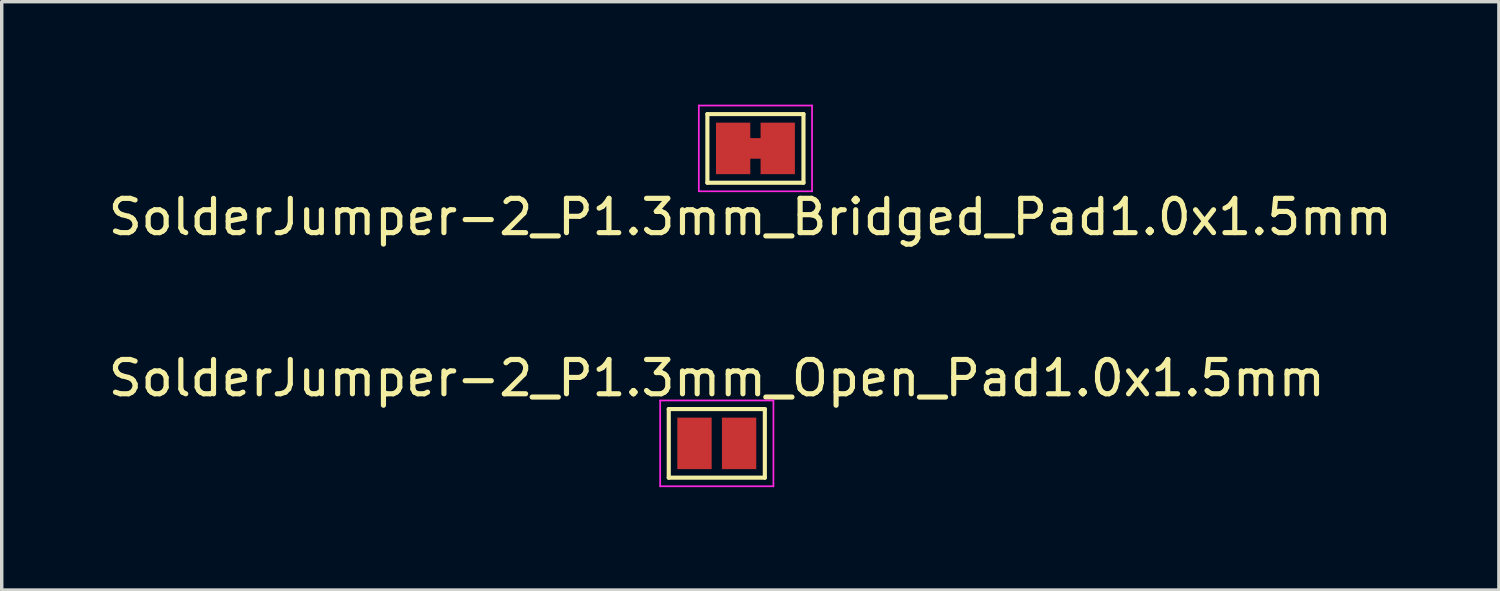
<source format=kicad_pcb>
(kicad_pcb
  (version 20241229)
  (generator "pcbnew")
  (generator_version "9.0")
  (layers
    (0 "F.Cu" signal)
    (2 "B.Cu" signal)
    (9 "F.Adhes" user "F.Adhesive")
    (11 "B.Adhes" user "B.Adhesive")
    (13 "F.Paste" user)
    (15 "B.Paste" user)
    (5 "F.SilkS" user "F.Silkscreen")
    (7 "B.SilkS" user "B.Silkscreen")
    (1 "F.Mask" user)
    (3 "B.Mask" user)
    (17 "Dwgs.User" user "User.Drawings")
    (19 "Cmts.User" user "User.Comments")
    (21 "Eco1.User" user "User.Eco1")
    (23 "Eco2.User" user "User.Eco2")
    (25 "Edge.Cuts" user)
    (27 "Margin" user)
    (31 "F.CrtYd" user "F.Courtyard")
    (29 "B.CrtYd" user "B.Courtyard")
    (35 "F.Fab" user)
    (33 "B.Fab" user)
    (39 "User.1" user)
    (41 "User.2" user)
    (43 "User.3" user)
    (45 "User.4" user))
  (footprint "SolderJumper-2_P1.3mm_Bridged_Pad1.0x1.5mm"
    (layer "F.Cu")
    (at 18.965 1.275)
    (property "Reference" "SolderJumper-2_P1.3mm_Bridged_Pad1.0x1.5mm" (at -0.15 2 0) (layer "F.SilkS") (effects (font (size 1 1) (thickness 0.15))))
    (attr exclude_from_pos_files)
    (fp_poly (pts (xy -0.25 -0.3) (xy 0.25 -0.3) (xy 0.25 0.3) (xy -0.25 0.3)) (stroke (width 0) (type solid)) (fill yes) (layer "F.Cu"))
    (fp_line (start -1.4 -1) (end 1.4 -1) (stroke (width 0.12) (type solid)) (layer "F.SilkS"))
    (fp_line (start -1.4 1) (end -1.4 -1) (stroke (width 0.12) (type solid)) (layer "F.SilkS"))
    (fp_line (start 1.4 -1) (end 1.4 1) (stroke (width 0.12) (type solid)) (layer "F.SilkS"))
    (fp_line (start 1.4 1) (end -1.4 1) (stroke (width 0.12) (type solid)) (layer "F.SilkS"))
    (fp_line (start -1.65 -1.25) (end -1.65 1.25) (stroke (width 0.05) (type solid)) (layer "F.CrtYd"))
    (fp_line (start -1.65 -1.25) (end 1.65 -1.25) (stroke (width 0.05) (type solid)) (layer "F.CrtYd"))
    (fp_line (start 1.65 1.25) (end -1.65 1.25) (stroke (width 0.05) (type solid)) (layer "F.CrtYd"))
    (fp_line (start 1.65 1.25) (end 1.65 -1.25) (stroke (width 0.05) (type solid)) (layer "F.CrtYd"))
    (pad "1" smd rect (at -0.65 0) (size 1 1.5) (layers "F.Cu" "F.Mask"))
    (pad "2" smd rect (at 0.65 0) (size 1 1.5) (layers "F.Cu" "F.Mask")))
  (footprint "SolderJumper-2_P1.3mm_Open_Pad1.0x1.5mm"
    (layer "F.Cu")
    (at 17.839 9.871)
    (property "Reference" "SolderJumper-2_P1.3mm_Open_Pad1.0x1.5mm" (at 0 -1.9 180) (layer "F.SilkS") (effects (font (size 1 1) (thickness 0.15))))
    (attr exclude_from_pos_files)
    (fp_line (start -1.4 -1) (end 1.4 -1) (stroke (width 0.12) (type solid)) (layer "F.SilkS"))
    (fp_line (start -1.4 1) (end -1.4 -1) (stroke (width 0.12) (type solid)) (layer "F.SilkS"))
    (fp_line (start 1.4 -1) (end 1.4 1) (stroke (width 0.12) (type solid)) (layer "F.SilkS"))
    (fp_line (start 1.4 1) (end -1.4 1) (stroke (width 0.12) (type solid)) (layer "F.SilkS"))
    (fp_line (start -1.65 -1.25) (end -1.65 1.25) (stroke (width 0.05) (type solid)) (layer "F.CrtYd"))
    (fp_line (start -1.65 -1.25) (end 1.65 -1.25) (stroke (width 0.05) (type solid)) (layer "F.CrtYd"))
    (fp_line (start 1.65 1.25) (end -1.65 1.25) (stroke (width 0.05) (type solid)) (layer "F.CrtYd"))
    (fp_line (start 1.65 1.25) (end 1.65 -1.25) (stroke (width 0.05) (type solid)) (layer "F.CrtYd"))
    (pad "1" smd rect (at -0.65 0) (size 1 1.5) (layers "F.Cu" "F.Mask"))
    (pad "2" smd rect (at 0.65 0) (size 1 1.5) (layers "F.Cu" "F.Mask")))
  (gr_rect
    (start -3 -3)
    (end 40.631 14.146)
    (stroke (width 0.1) (type default))
    (fill no)
    (layer "Edge.Cuts")))
</source>
